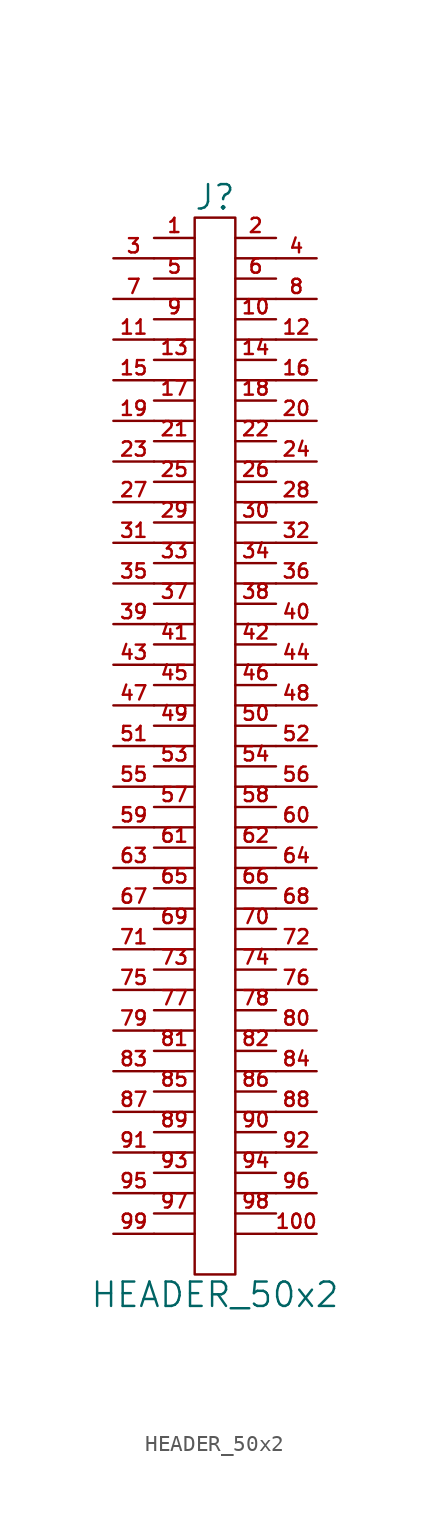
<source format=kicad_sym>
(kicad_symbol_lib
  (version 20220914)
  (generator kicad_symbol_editor)
  (symbol "HEADER_50x2"
    (pin_names
      (offset 0))
    (property "Reference" "J"
      (at 0 34.29 0)
      (effects (font (size 1.524 1.524))))
    (property "Value" "HEADER_50x2"
      (at 0 -34.29 0)
      (effects (font (size 1.524 1.524))))
    (property "Footprint" ""
      (at 0 7.62 0)
      (effects (font (size 1.524 1.524))))
    (property "Datasheet" ""
      (at 0 0 0)
      (effects (font (size 1.524 1.524))))
    (symbol "HEADER_50x2_0_1"
      (rectangle (start -1.27 33.02) (end 1.27 -33.02) (stroke (width 0) (type solid)) (fill (type none)))
      (polyline (pts (xy -3.81 -30.48) (xy -1.27 -30.48)) (stroke (width 0) (type solid)) (fill (type none)))
      (polyline (pts (xy -3.81 -27.94) (xy -1.27 -27.94)) (stroke (width 0) (type solid)) (fill (type none)))
      (polyline (pts (xy -3.81 -25.4) (xy -1.27 -25.4)) (stroke (width 0) (type solid)) (fill (type none)))
      (polyline (pts (xy -3.81 -22.86) (xy -1.27 -22.86)) (stroke (width 0) (type solid)) (fill (type none)))
      (polyline (pts (xy -3.81 -20.32) (xy -1.27 -20.32)) (stroke (width 0) (type solid)) (fill (type none)))
      (polyline (pts (xy -3.81 -17.78) (xy -1.27 -17.78)) (stroke (width 0) (type solid)) (fill (type none)))
      (polyline (pts (xy -3.81 -15.24) (xy -1.27 -15.24)) (stroke (width 0) (type solid)) (fill (type none)))
      (polyline (pts (xy -3.81 -12.7) (xy -1.27 -12.7)) (stroke (width 0) (type solid)) (fill (type none)))
      (polyline (pts (xy -3.81 -10.16) (xy -1.27 -10.16)) (stroke (width 0) (type solid)) (fill (type none)))
      (polyline (pts (xy -3.81 -7.62) (xy -1.27 -7.62)) (stroke (width 0) (type solid)) (fill (type none)))
      (polyline (pts (xy -3.81 -5.08) (xy -1.27 -5.08)) (stroke (width 0) (type solid)) (fill (type none)))
      (polyline (pts (xy -3.81 -2.54) (xy -1.27 -2.54)) (stroke (width 0) (type solid)) (fill (type none)))
      (polyline (pts (xy -3.81 0) (xy -1.27 0)) (stroke (width 0) (type solid)) (fill (type none)))
      (polyline (pts (xy -3.81 2.54) (xy -1.27 2.54)) (stroke (width 0) (type solid)) (fill (type none)))
      (polyline (pts (xy -3.81 5.08) (xy -1.27 5.08)) (stroke (width 0) (type solid)) (fill (type none)))
      (polyline (pts (xy -3.81 7.62) (xy -1.27 7.62)) (stroke (width 0) (type solid)) (fill (type none)))
      (polyline (pts (xy -3.81 10.16) (xy -1.27 10.16)) (stroke (width 0) (type solid)) (fill (type none)))
      (polyline (pts (xy -3.81 12.7) (xy -1.27 12.7)) (stroke (width 0) (type solid)) (fill (type none)))
      (polyline (pts (xy -3.81 15.24) (xy -1.27 15.24)) (stroke (width 0) (type solid)) (fill (type none)))
      (polyline (pts (xy -3.81 17.78) (xy -1.27 17.78)) (stroke (width 0) (type solid)) (fill (type none)))
      (polyline (pts (xy -3.81 20.32) (xy -1.27 20.32)) (stroke (width 0) (type solid)) (fill (type none)))
      (polyline (pts (xy -3.81 22.86) (xy -1.27 22.86)) (stroke (width 0) (type solid)) (fill (type none)))
      (polyline (pts (xy -3.81 25.4) (xy -1.27 25.4)) (stroke (width 0) (type solid)) (fill (type none)))
      (polyline (pts (xy -3.81 27.94) (xy -1.27 27.94)) (stroke (width 0) (type solid)) (fill (type none)))
      (polyline (pts (xy -3.81 30.48) (xy -1.27 30.48)) (stroke (width 0) (type solid)) (fill (type none)))
      (polyline (pts (xy 1.27 -30.48) (xy 3.81 -30.48)) (stroke (width 0) (type solid)) (fill (type none)))
      (polyline (pts (xy 1.27 -27.94) (xy 3.81 -27.94)) (stroke (width 0) (type solid)) (fill (type none)))
      (polyline (pts (xy 1.27 -25.4) (xy 3.81 -25.4)) (stroke (width 0) (type solid)) (fill (type none)))
      (polyline (pts (xy 1.27 -22.86) (xy 3.81 -22.86)) (stroke (width 0) (type solid)) (fill (type none)))
      (polyline (pts (xy 1.27 -20.32) (xy 3.81 -20.32)) (stroke (width 0) (type solid)) (fill (type none)))
      (polyline (pts (xy 1.27 -17.78) (xy 3.81 -17.78)) (stroke (width 0) (type solid)) (fill (type none)))
      (polyline (pts (xy 1.27 -15.24) (xy 3.81 -15.24)) (stroke (width 0) (type solid)) (fill (type none)))
      (polyline (pts (xy 1.27 -12.7) (xy 3.81 -12.7)) (stroke (width 0) (type solid)) (fill (type none)))
      (polyline (pts (xy 1.27 -10.16) (xy 3.81 -10.16)) (stroke (width 0) (type solid)) (fill (type none)))
      (polyline (pts (xy 1.27 -7.62) (xy 3.81 -7.62)) (stroke (width 0) (type solid)) (fill (type none)))
      (polyline (pts (xy 1.27 -5.08) (xy 3.81 -5.08)) (stroke (width 0) (type solid)) (fill (type none)))
      (polyline (pts (xy 1.27 -2.54) (xy 3.81 -2.54)) (stroke (width 0) (type solid)) (fill (type none)))
      (polyline (pts (xy 1.27 0) (xy 3.81 0)) (stroke (width 0) (type solid)) (fill (type none)))
      (polyline (pts (xy 1.27 2.54) (xy 3.81 2.54)) (stroke (width 0) (type solid)) (fill (type none)))
      (polyline (pts (xy 1.27 5.08) (xy 3.81 5.08)) (stroke (width 0) (type solid)) (fill (type none)))
      (polyline (pts (xy 1.27 7.62) (xy 3.81 7.62)) (stroke (width 0) (type solid)) (fill (type none)))
      (polyline (pts (xy 1.27 10.16) (xy 3.81 10.16)) (stroke (width 0) (type solid)) (fill (type none)))
      (polyline (pts (xy 1.27 12.7) (xy 3.81 12.7)) (stroke (width 0) (type solid)) (fill (type none)))
      (polyline (pts (xy 1.27 15.24) (xy 3.81 15.24)) (stroke (width 0) (type solid)) (fill (type none)))
      (polyline (pts (xy 1.27 17.78) (xy 3.81 17.78)) (stroke (width 0) (type solid)) (fill (type none)))
      (polyline (pts (xy 1.27 20.32) (xy 3.81 20.32)) (stroke (width 0) (type solid)) (fill (type none)))
      (polyline (pts (xy 1.27 22.86) (xy 3.81 22.86)) (stroke (width 0) (type solid)) (fill (type none)))
      (polyline (pts (xy 1.27 25.4) (xy 3.81 25.4)) (stroke (width 0) (type solid)) (fill (type none)))
      (polyline (pts (xy 1.27 27.94) (xy 3.81 27.94)) (stroke (width 0) (type solid)) (fill (type none)))
      (polyline (pts (xy 1.27 30.48) (xy 3.81 30.48)) (stroke (width 0) (type solid)) (fill (type none))))
    (symbol "HEADER_50x2_1_1"
      (pin passive line (at -3.81 31.75 0) (length 2.54) (name "~" (effects (font (size 1.27 1.27)))) (number "1" (effects (font (size 0.889 0.889)))))
      (pin passive line (at 3.81 26.67 180) (length 2.54) (name "~" (effects (font (size 1.27 1.27)))) (number "10" (effects (font (size 0.889 0.889)))))
      (pin passive line (at 6.35 -30.48 180) (length 2.54) (name "~" (effects (font (size 1.27 1.27)))) (number "100" (effects (font (size 0.889 0.889)))))
      (pin passive line (at -6.35 25.4 0) (length 2.54) (name "~" (effects (font (size 1.27 1.27)))) (number "11" (effects (font (size 0.889 0.889)))))
      (pin passive line (at 6.35 25.4 180) (length 2.54) (name "~" (effects (font (size 1.27 1.27)))) (number "12" (effects (font (size 0.889 0.889)))))
      (pin passive line (at -3.81 24.13 0) (length 2.54) (name "~" (effects (font (size 1.27 1.27)))) (number "13" (effects (font (size 0.889 0.889)))))
      (pin passive line (at 3.81 24.13 180) (length 2.54) (name "~" (effects (font (size 1.27 1.27)))) (number "14" (effects (font (size 0.889 0.889)))))
      (pin passive line (at -6.35 22.86 0) (length 2.54) (name "~" (effects (font (size 1.27 1.27)))) (number "15" (effects (font (size 0.889 0.889)))))
      (pin passive line (at 6.35 22.86 180) (length 2.54) (name "~" (effects (font (size 1.27 1.27)))) (number "16" (effects (font (size 0.889 0.889)))))
      (pin passive line (at -3.81 21.59 0) (length 2.54) (name "~" (effects (font (size 1.27 1.27)))) (number "17" (effects (font (size 0.889 0.889)))))
      (pin passive line (at 3.81 21.59 180) (length 2.54) (name "~" (effects (font (size 1.27 1.27)))) (number "18" (effects (font (size 0.889 0.889)))))
      (pin passive line (at -6.35 20.32 0) (length 2.54) (name "~" (effects (font (size 1.27 1.27)))) (number "19" (effects (font (size 0.889 0.889)))))
      (pin passive line (at 3.81 31.75 180) (length 2.54) (name "~" (effects (font (size 1.27 1.27)))) (number "2" (effects (font (size 0.889 0.889)))))
      (pin passive line (at 6.35 20.32 180) (length 2.54) (name "~" (effects (font (size 1.27 1.27)))) (number "20" (effects (font (size 0.889 0.889)))))
      (pin passive line (at -3.81 19.05 0) (length 2.54) (name "~" (effects (font (size 1.27 1.27)))) (number "21" (effects (font (size 0.889 0.889)))))
      (pin passive line (at 3.81 19.05 180) (length 2.54) (name "~" (effects (font (size 1.27 1.27)))) (number "22" (effects (font (size 0.889 0.889)))))
      (pin passive line (at -6.35 17.78 0) (length 2.54) (name "~" (effects (font (size 1.27 1.27)))) (number "23" (effects (font (size 0.889 0.889)))))
      (pin passive line (at 6.35 17.78 180) (length 2.54) (name "~" (effects (font (size 1.27 1.27)))) (number "24" (effects (font (size 0.889 0.889)))))
      (pin passive line (at -3.81 16.51 0) (length 2.54) (name "~" (effects (font (size 1.27 1.27)))) (number "25" (effects (font (size 0.889 0.889)))))
      (pin passive line (at 3.81 16.51 180) (length 2.54) (name "~" (effects (font (size 1.27 1.27)))) (number "26" (effects (font (size 0.889 0.889)))))
      (pin passive line (at -6.35 15.24 0) (length 2.54) (name "~" (effects (font (size 1.27 1.27)))) (number "27" (effects (font (size 0.889 0.889)))))
      (pin passive line (at 6.35 15.24 180) (length 2.54) (name "~" (effects (font (size 1.27 1.27)))) (number "28" (effects (font (size 0.889 0.889)))))
      (pin passive line (at -3.81 13.97 0) (length 2.54) (name "~" (effects (font (size 1.27 1.27)))) (number "29" (effects (font (size 0.889 0.889)))))
      (pin passive line (at -6.35 30.48 0) (length 2.54) (name "~" (effects (font (size 1.27 1.27)))) (number "3" (effects (font (size 0.889 0.889)))))
      (pin passive line (at 3.81 13.97 180) (length 2.54) (name "~" (effects (font (size 1.27 1.27)))) (number "30" (effects (font (size 0.889 0.889)))))
      (pin passive line (at -6.35 12.7 0) (length 2.54) (name "~" (effects (font (size 1.27 1.27)))) (number "31" (effects (font (size 0.889 0.889)))))
      (pin passive line (at 6.35 12.7 180) (length 2.54) (name "~" (effects (font (size 1.27 1.27)))) (number "32" (effects (font (size 0.889 0.889)))))
      (pin passive line (at -3.81 11.43 0) (length 2.54) (name "~" (effects (font (size 1.27 1.27)))) (number "33" (effects (font (size 0.889 0.889)))))
      (pin passive line (at 3.81 11.43 180) (length 2.54) (name "~" (effects (font (size 1.27 1.27)))) (number "34" (effects (font (size 0.889 0.889)))))
      (pin passive line (at -6.35 10.16 0) (length 2.54) (name "~" (effects (font (size 1.27 1.27)))) (number "35" (effects (font (size 0.889 0.889)))))
      (pin passive line (at 6.35 10.16 180) (length 2.54) (name "~" (effects (font (size 1.27 1.27)))) (number "36" (effects (font (size 0.889 0.889)))))
      (pin passive line (at -3.81 8.89 0) (length 2.54) (name "~" (effects (font (size 0.889 0.889)))) (number "37" (effects (font (size 0.889 0.889)))))
      (pin passive line (at 3.81 8.89 180) (length 2.54) (name "~" (effects (font (size 1.27 1.27)))) (number "38" (effects (font (size 0.889 0.889)))))
      (pin passive line (at -6.35 7.62 0) (length 2.54) (name "~" (effects (font (size 1.27 1.27)))) (number "39" (effects (font (size 0.889 0.889)))))
      (pin passive line (at 6.35 30.48 180) (length 2.54) (name "~" (effects (font (size 1.27 1.27)))) (number "4" (effects (font (size 0.889 0.889)))))
      (pin passive line (at 6.35 7.62 180) (length 2.54) (name "~" (effects (font (size 1.27 1.27)))) (number "40" (effects (font (size 0.889 0.889)))))
      (pin passive line (at -3.81 6.35 0) (length 2.54) (name "~" (effects (font (size 1.27 1.27)))) (number "41" (effects (font (size 0.889 0.889)))))
      (pin passive line (at 3.81 6.35 180) (length 2.54) (name "~" (effects (font (size 1.27 1.27)))) (number "42" (effects (font (size 0.889 0.889)))))
      (pin passive line (at -6.35 5.08 0) (length 2.54) (name "~" (effects (font (size 1.27 1.27)))) (number "43" (effects (font (size 0.889 0.889)))))
      (pin passive line (at 6.35 5.08 180) (length 2.54) (name "~" (effects (font (size 1.27 1.27)))) (number "44" (effects (font (size 0.889 0.889)))))
      (pin passive line (at -3.81 3.81 0) (length 2.54) (name "~" (effects (font (size 1.27 1.27)))) (number "45" (effects (font (size 0.889 0.889)))))
      (pin passive line (at 3.81 3.81 180) (length 2.54) (name "~" (effects (font (size 1.27 1.27)))) (number "46" (effects (font (size 0.889 0.889)))))
      (pin passive line (at -6.35 2.54 0) (length 2.54) (name "~" (effects (font (size 1.27 1.27)))) (number "47" (effects (font (size 0.889 0.889)))))
      (pin passive line (at 6.35 2.54 180) (length 2.54) (name "~" (effects (font (size 1.27 1.27)))) (number "48" (effects (font (size 0.889 0.889)))))
      (pin passive line (at -3.81 1.27 0) (length 2.54) (name "~" (effects (font (size 1.27 1.27)))) (number "49" (effects (font (size 0.889 0.889)))))
      (pin passive line (at -3.81 29.21 0) (length 2.54) (name "~" (effects (font (size 1.27 1.27)))) (number "5" (effects (font (size 0.889 0.889)))))
      (pin passive line (at 3.81 1.27 180) (length 2.54) (name "~" (effects (font (size 1.27 1.27)))) (number "50" (effects (font (size 0.889 0.889)))))
      (pin passive line (at -6.35 0 0) (length 2.54) (name "~" (effects (font (size 1.27 1.27)))) (number "51" (effects (font (size 0.889 0.889)))))
      (pin passive line (at 6.35 0 180) (length 2.54) (name "~" (effects (font (size 1.27 1.27)))) (number "52" (effects (font (size 0.889 0.889)))))
      (pin passive line (at -3.81 -1.27 0) (length 2.54) (name "~" (effects (font (size 1.27 1.27)))) (number "53" (effects (font (size 0.889 0.889)))))
      (pin passive line (at 3.81 -1.27 180) (length 2.54) (name "~" (effects (font (size 1.27 1.27)))) (number "54" (effects (font (size 0.889 0.889)))))
      (pin passive line (at -6.35 -2.54 0) (length 2.54) (name "~" (effects (font (size 1.27 1.27)))) (number "55" (effects (font (size 0.889 0.889)))))
      (pin passive line (at 6.35 -2.54 180) (length 2.54) (name "~" (effects (font (size 1.27 1.27)))) (number "56" (effects (font (size 0.889 0.889)))))
      (pin passive line (at -3.81 -3.81 0) (length 2.54) (name "~" (effects (font (size 1.27 1.27)))) (number "57" (effects (font (size 0.889 0.889)))))
      (pin passive line (at 3.81 -3.81 180) (length 2.54) (name "~" (effects (font (size 1.27 1.27)))) (number "58" (effects (font (size 0.889 0.889)))))
      (pin passive line (at -6.35 -5.08 0) (length 2.54) (name "~" (effects (font (size 1.27 1.27)))) (number "59" (effects (font (size 0.889 0.889)))))
      (pin passive line (at 3.81 29.21 180) (length 2.54) (name "~" (effects (font (size 1.27 1.27)))) (number "6" (effects (font (size 0.889 0.889)))))
      (pin passive line (at 6.35 -5.08 180) (length 2.54) (name "~" (effects (font (size 1.27 1.27)))) (number "60" (effects (font (size 0.889 0.889)))))
      (pin passive line (at -3.81 -6.35 0) (length 2.54) (name "~" (effects (font (size 1.27 1.27)))) (number "61" (effects (font (size 0.889 0.889)))))
      (pin passive line (at 3.81 -6.35 180) (length 2.54) (name "~" (effects (font (size 1.27 1.27)))) (number "62" (effects (font (size 0.889 0.889)))))
      (pin passive line (at -6.35 -7.62 0) (length 2.54) (name "~" (effects (font (size 1.27 1.27)))) (number "63" (effects (font (size 0.889 0.889)))))
      (pin passive line (at 6.35 -7.62 180) (length 2.54) (name "~" (effects (font (size 1.27 1.27)))) (number "64" (effects (font (size 0.889 0.889)))))
      (pin passive line (at -3.81 -8.89 0) (length 2.54) (name "~" (effects (font (size 1.27 1.27)))) (number "65" (effects (font (size 0.889 0.889)))))
      (pin passive line (at 3.81 -8.89 180) (length 2.54) (name "~" (effects (font (size 1.27 1.27)))) (number "66" (effects (font (size 0.889 0.889)))))
      (pin passive line (at -6.35 -10.16 0) (length 2.54) (name "~" (effects (font (size 1.27 1.27)))) (number "67" (effects (font (size 0.889 0.889)))))
      (pin passive line (at 6.35 -10.16 180) (length 2.54) (name "~" (effects (font (size 1.27 1.27)))) (number "68" (effects (font (size 0.889 0.889)))))
      (pin passive line (at -3.81 -11.43 0) (length 2.54) (name "~" (effects (font (size 1.27 1.27)))) (number "69" (effects (font (size 0.889 0.889)))))
      (pin passive line (at -6.35 27.94 0) (length 2.54) (name "~" (effects (font (size 1.27 1.27)))) (number "7" (effects (font (size 0.889 0.889)))))
      (pin passive line (at 3.81 -11.43 180) (length 2.54) (name "~" (effects (font (size 1.27 1.27)))) (number "70" (effects (font (size 0.889 0.889)))))
      (pin passive line (at -6.35 -12.7 0) (length 2.54) (name "~" (effects (font (size 1.27 1.27)))) (number "71" (effects (font (size 0.889 0.889)))))
      (pin passive line (at 6.35 -12.7 180) (length 2.54) (name "~" (effects (font (size 1.27 1.27)))) (number "72" (effects (font (size 0.889 0.889)))))
      (pin passive line (at -3.81 -13.97 0) (length 2.54) (name "~" (effects (font (size 1.27 1.27)))) (number "73" (effects (font (size 0.889 0.889)))))
      (pin passive line (at 3.81 -13.97 180) (length 2.54) (name "~" (effects (font (size 1.27 1.27)))) (number "74" (effects (font (size 0.889 0.889)))))
      (pin passive line (at -6.35 -15.24 0) (length 2.54) (name "~" (effects (font (size 1.27 1.27)))) (number "75" (effects (font (size 0.889 0.889)))))
      (pin passive line (at 6.35 -15.24 180) (length 2.54) (name "~" (effects (font (size 1.27 1.27)))) (number "76" (effects (font (size 0.889 0.889)))))
      (pin passive line (at -3.81 -16.51 0) (length 2.54) (name "~" (effects (font (size 1.27 1.27)))) (number "77" (effects (font (size 0.889 0.889)))))
      (pin passive line (at 3.81 -16.51 180) (length 2.54) (name "~" (effects (font (size 1.27 1.27)))) (number "78" (effects (font (size 0.889 0.889)))))
      (pin passive line (at -6.35 -17.78 0) (length 2.54) (name "~" (effects (font (size 1.27 1.27)))) (number "79" (effects (font (size 0.889 0.889)))))
      (pin passive line (at 6.35 27.94 180) (length 2.54) (name "~" (effects (font (size 1.27 1.27)))) (number "8" (effects (font (size 0.889 0.889)))))
      (pin passive line (at 6.35 -17.78 180) (length 2.54) (name "~" (effects (font (size 1.27 1.27)))) (number "80" (effects (font (size 0.889 0.889)))))
      (pin passive line (at -3.81 -19.05 0) (length 2.54) (name "~" (effects (font (size 1.27 1.27)))) (number "81" (effects (font (size 0.889 0.889)))))
      (pin passive line (at 3.81 -19.05 180) (length 2.54) (name "~" (effects (font (size 1.27 1.27)))) (number "82" (effects (font (size 0.889 0.889)))))
      (pin passive line (at -6.35 -20.32 0) (length 2.54) (name "~" (effects (font (size 1.27 1.27)))) (number "83" (effects (font (size 0.889 0.889)))))
      (pin passive line (at 6.35 -20.32 180) (length 2.54) (name "~" (effects (font (size 1.27 1.27)))) (number "84" (effects (font (size 0.889 0.889)))))
      (pin passive line (at -3.81 -21.59 0) (length 2.54) (name "~" (effects (font (size 1.27 1.27)))) (number "85" (effects (font (size 0.889 0.889)))))
      (pin passive line (at 3.81 -21.59 180) (length 2.54) (name "~" (effects (font (size 1.27 1.27)))) (number "86" (effects (font (size 0.889 0.889)))))
      (pin passive line (at -6.35 -22.86 0) (length 2.54) (name "~" (effects (font (size 1.27 1.27)))) (number "87" (effects (font (size 0.889 0.889)))))
      (pin passive line (at 6.35 -22.86 180) (length 2.54) (name "~" (effects (font (size 1.27 1.27)))) (number "88" (effects (font (size 0.889 0.889)))))
      (pin passive line (at -3.81 -24.13 0) (length 2.54) (name "~" (effects (font (size 1.27 1.27)))) (number "89" (effects (font (size 0.889 0.889)))))
      (pin passive line (at -3.81 26.67 0) (length 2.54) (name "~" (effects (font (size 1.27 1.27)))) (number "9" (effects (font (size 0.889 0.889)))))
      (pin passive line (at 3.81 -24.13 180) (length 2.54) (name "~" (effects (font (size 1.27 1.27)))) (number "90" (effects (font (size 0.889 0.889)))))
      (pin passive line (at -6.35 -25.4 0) (length 2.54) (name "~" (effects (font (size 1.27 1.27)))) (number "91" (effects (font (size 0.889 0.889)))))
      (pin passive line (at 6.35 -25.4 180) (length 2.54) (name "~" (effects (font (size 1.27 1.27)))) (number "92" (effects (font (size 0.889 0.889)))))
      (pin passive line (at -3.81 -26.67 0) (length 2.54) (name "~" (effects (font (size 1.27 1.27)))) (number "93" (effects (font (size 0.889 0.889)))))
      (pin passive line (at 3.81 -26.67 180) (length 2.54) (name "~" (effects (font (size 1.27 1.27)))) (number "94" (effects (font (size 0.889 0.889)))))
      (pin passive line (at -6.35 -27.94 0) (length 2.54) (name "~" (effects (font (size 1.27 1.27)))) (number "95" (effects (font (size 0.889 0.889)))))
      (pin passive line (at 6.35 -27.94 180) (length 2.54) (name "~" (effects (font (size 1.27 1.27)))) (number "96" (effects (font (size 0.889 0.889)))))
      (pin passive line (at -3.81 -29.21 0) (length 2.54) (name "~" (effects (font (size 1.27 1.27)))) (number "97" (effects (font (size 0.889 0.889)))))
      (pin passive line (at 3.81 -29.21 180) (length 2.54) (name "~" (effects (font (size 1.27 1.27)))) (number "98" (effects (font (size 0.889 0.889)))))
      (pin passive line (at -6.35 -30.48 0) (length 2.54) (name "~" (effects (font (size 1.27 1.27)))) (number "99" (effects (font (size 0.889 0.889))))))))
</source>
